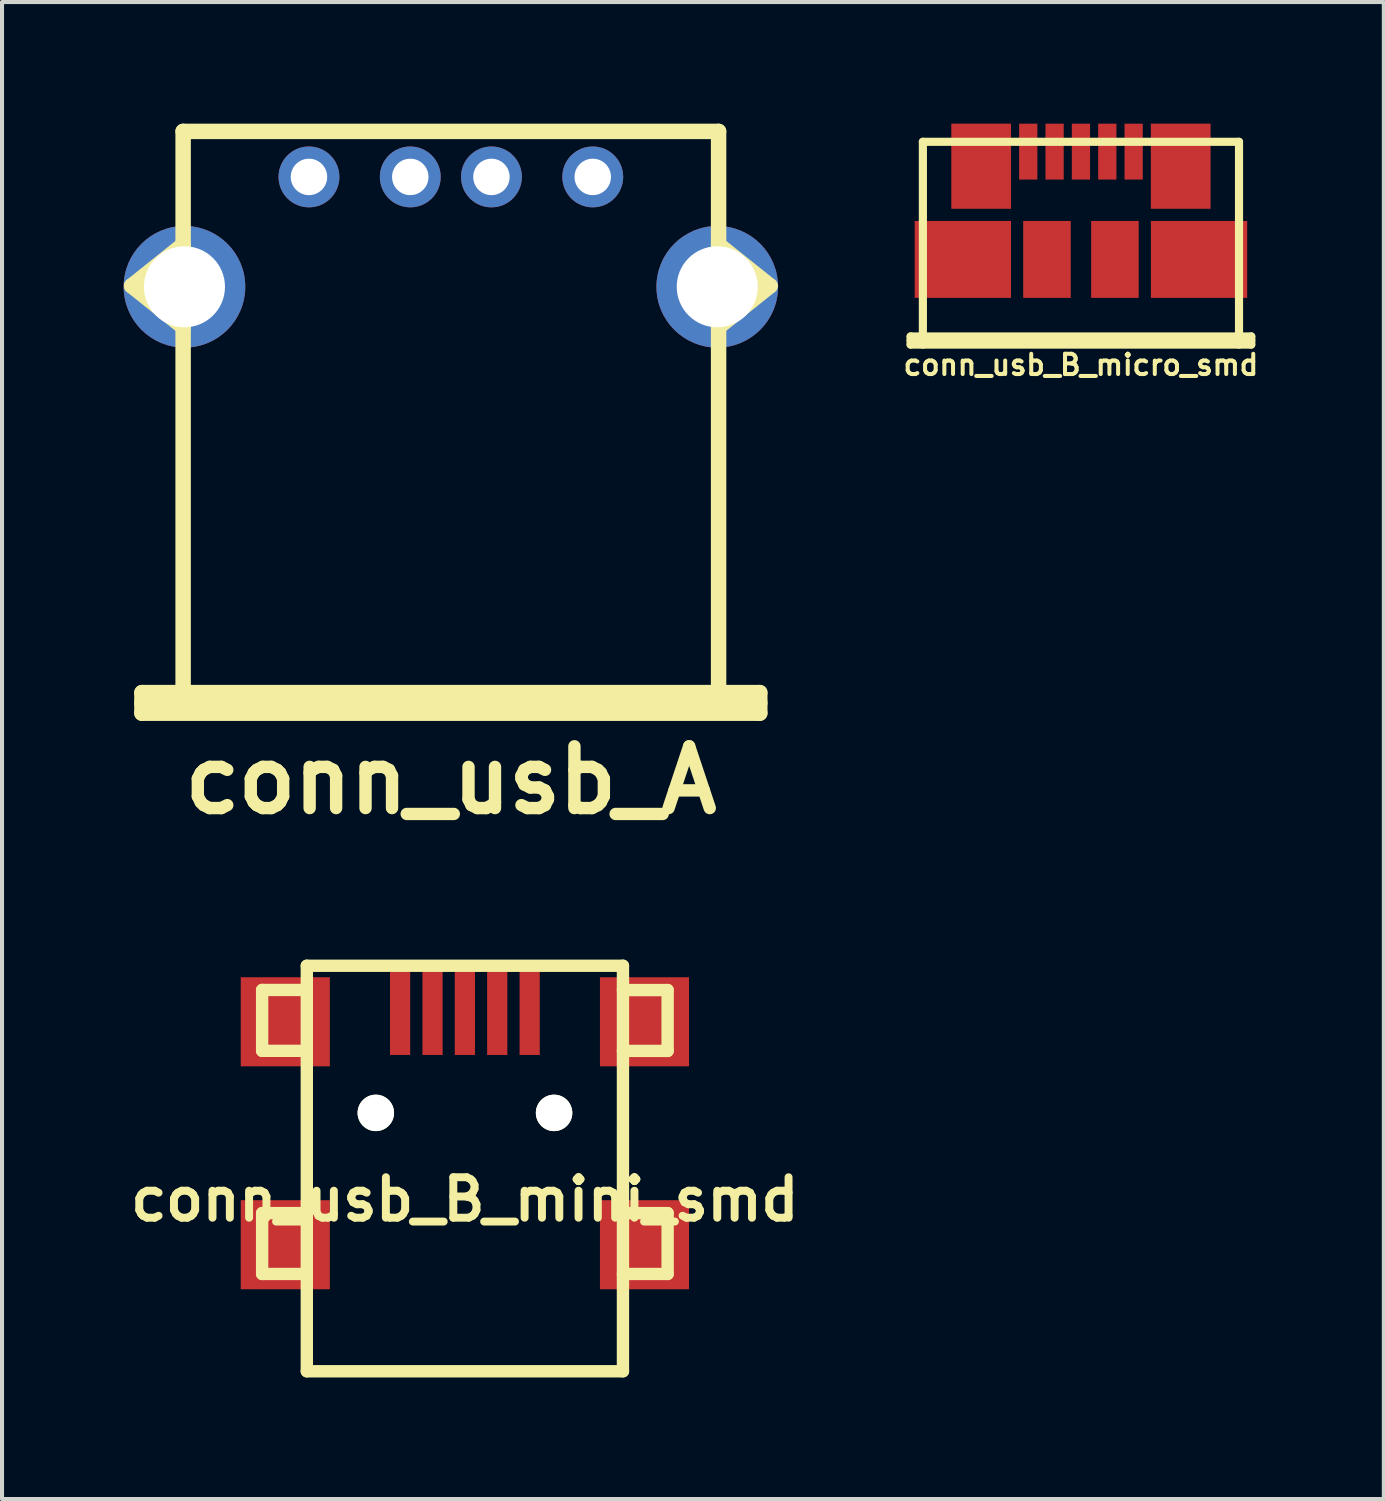
<source format=kicad_pcb>
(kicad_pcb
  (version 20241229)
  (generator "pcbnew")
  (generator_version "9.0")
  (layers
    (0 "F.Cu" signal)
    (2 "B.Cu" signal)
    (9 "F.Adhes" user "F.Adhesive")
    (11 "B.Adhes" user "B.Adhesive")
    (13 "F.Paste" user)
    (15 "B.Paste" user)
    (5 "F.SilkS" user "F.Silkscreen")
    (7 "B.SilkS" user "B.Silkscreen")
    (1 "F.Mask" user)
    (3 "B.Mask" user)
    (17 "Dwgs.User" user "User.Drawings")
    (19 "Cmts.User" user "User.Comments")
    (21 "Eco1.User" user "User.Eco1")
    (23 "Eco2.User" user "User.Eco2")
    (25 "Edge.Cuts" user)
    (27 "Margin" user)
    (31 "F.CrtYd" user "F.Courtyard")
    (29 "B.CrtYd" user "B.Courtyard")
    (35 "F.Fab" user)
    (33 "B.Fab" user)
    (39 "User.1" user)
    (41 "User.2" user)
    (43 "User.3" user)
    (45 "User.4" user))
  (footprint "conn_usb_B_micro_smd"
    (layer "F.Cu")
    (at 23.613 3.349)
    (property "Reference" "conn_usb_B_micro_smd" (at 0 2.601 0) (layer "F.SilkS") (effects (font (size 0.5 0.5) (thickness 0.099))))
    (attr through_hole)
    (fp_line (start -4.201 1.9) (end -4.201 2.101) (stroke (width 0.201) (type solid)) (layer "F.SilkS"))
    (fp_line (start -4.201 1.999) (end 4.201 1.999) (stroke (width 0.201) (type solid)) (layer "F.SilkS"))
    (fp_line (start -4.201 2.101) (end 4.201 2.101) (stroke (width 0.201) (type solid)) (layer "F.SilkS"))
    (fp_line (start -3.899 -2.901) (end 3.899 -2.901) (stroke (width 0.201) (type solid)) (layer "F.SilkS"))
    (fp_line (start -3.899 2.101) (end -3.899 -2.901) (stroke (width 0.201) (type solid)) (layer "F.SilkS"))
    (fp_line (start 3.899 -2.901) (end 3.899 2.101) (stroke (width 0.201) (type solid)) (layer "F.SilkS"))
    (fp_line (start 4.201 1.9) (end -4.201 1.9) (stroke (width 0.201) (type solid)) (layer "F.SilkS"))
    (fp_line (start 4.201 2.101) (end 4.201 1.9) (stroke (width 0.201) (type solid)) (layer "F.SilkS"))
    (pad "" smd rect (at -2.461 -2.299) (size 1.473 2.101) (layers "F.Cu" "F.Mask" "F.Paste"))
    (pad "" smd rect (at 2.461 -2.299) (size 1.473 2.101) (layers "F.Cu" "F.Mask" "F.Paste"))
    (pad "1" smd rect (at -1.3 -2.659) (size 0.45 1.379) (layers "F.Cu" "F.Mask" "F.Paste"))
    (pad "2" smd rect (at -0.65 -2.659) (size 0.45 1.379) (layers "F.Cu" "F.Mask" "F.Paste"))
    (pad "3" smd rect (at 0 -2.659) (size 0.45 1.379) (layers "F.Cu" "F.Mask" "F.Paste"))
    (pad "4" smd rect (at 0.65 -2.659) (size 0.45 1.379) (layers "F.Cu" "F.Mask" "F.Paste"))
    (pad "5" smd rect (at 1.3 -2.659) (size 0.45 1.379) (layers "F.Cu" "F.Mask" "F.Paste"))
    (pad "6" smd rect (at -2.913 0) (size 2.375 1.897) (layers "F.Cu" "F.Mask" "F.Paste"))
    (pad "6" smd rect (at -0.838 0) (size 1.173 1.897) (layers "F.Cu" "F.Mask" "F.Paste"))
    (pad "6" smd rect (at 0.838 0) (size 1.173 1.897) (layers "F.Cu" "F.Mask" "F.Paste"))
    (pad "6" smd rect (at 2.913 0) (size 2.375 1.897) (layers "F.Cu" "F.Mask" "F.Paste")))
  (footprint "conn_usb_B_mini_smd"
    (layer "F.Cu")
    (at 8.417 25.773)
    (property "Reference" "conn_usb_B_mini_smd" (at 0 0.762 0) (layer "F.SilkS") (effects (font (size 0.998 0.998) (thickness 0.196))))
    (attr through_hole)
    (fp_line (start -5.001 -4.404) (end -5.001 -2.903) (stroke (width 0.305) (type solid)) (layer "F.SilkS"))
    (fp_line (start -5.001 -2.903) (end -3.899 -2.903) (stroke (width 0.305) (type solid)) (layer "F.SilkS"))
    (fp_line (start -5.001 1.1) (end -5.001 2.601) (stroke (width 0.305) (type solid)) (layer "F.SilkS"))
    (fp_line (start -5.001 2.601) (end -3.899 2.601) (stroke (width 0.305) (type solid)) (layer "F.SilkS"))
    (fp_line (start -3.899 -5.001) (end -3.899 5.001) (stroke (width 0.305) (type solid)) (layer "F.SilkS"))
    (fp_line (start -3.899 -4.404) (end -5.001 -4.404) (stroke (width 0.305) (type solid)) (layer "F.SilkS"))
    (fp_line (start -3.899 1.1) (end -5.001 1.1) (stroke (width 0.305) (type solid)) (layer "F.SilkS"))
    (fp_line (start -3.899 5.001) (end 3.899 5.001) (stroke (width 0.305) (type solid)) (layer "F.SilkS"))
    (fp_line (start 3.899 -5.001) (end -3.899 -5.001) (stroke (width 0.305) (type solid)) (layer "F.SilkS"))
    (fp_line (start 3.899 -4.402) (end 5.001 -4.402) (stroke (width 0.305) (type solid)) (layer "F.SilkS"))
    (fp_line (start 3.899 1.1) (end 5.001 1.1) (stroke (width 0.305) (type solid)) (layer "F.SilkS"))
    (fp_line (start 3.899 5.001) (end 3.899 -5.001) (stroke (width 0.305) (type solid)) (layer "F.SilkS"))
    (fp_line (start 5.001 -4.402) (end 5.001 -2.901) (stroke (width 0.305) (type solid)) (layer "F.SilkS"))
    (fp_line (start 5.001 -2.901) (end 3.899 -2.901) (stroke (width 0.305) (type solid)) (layer "F.SilkS"))
    (fp_line (start 5.001 1.1) (end 5.001 2.601) (stroke (width 0.305) (type solid)) (layer "F.SilkS"))
    (fp_line (start 5.001 2.601) (end 3.899 2.601) (stroke (width 0.305) (type solid)) (layer "F.SilkS"))
    (pad "" smd rect (at -4.43 -3.619) (size 2.197 2.197) (layers "F.Cu" "F.Mask" "F.Paste"))
    (pad "" smd rect (at -4.43 1.88) (size 2.197 2.197) (layers "F.Cu" "F.Mask" "F.Paste"))
    (pad "" np_thru_hole circle (at -2.197 -1.372) (size 0.899 0.899) (drill 0.899) (layers "*.Cu" "*.Mask" "F.SilkS"))
    (pad "" np_thru_hole circle (at 2.2 -1.372) (size 0.899 0.899) (drill 0.899) (layers "*.Cu" "*.Mask" "F.SilkS"))
    (pad "" smd rect (at 4.43 -3.619) (size 2.197 2.197) (layers "F.Cu" "F.Mask" "F.Paste"))
    (pad "" smd rect (at 4.43 1.88) (size 2.197 2.197) (layers "F.Cu" "F.Mask" "F.Paste"))
    (pad "1" smd rect (at -1.598 -3.899) (size 0.498 2.197) (layers "F.Cu" "F.Mask" "F.Paste"))
    (pad "2" smd rect (at -0.798 -3.899) (size 0.498 2.197) (layers "F.Cu" "F.Mask" "F.Paste"))
    (pad "3" smd rect (at 0 -3.899) (size 0.498 2.197) (layers "F.Cu" "F.Mask" "F.Paste"))
    (pad "4" smd rect (at 0.798 -3.899) (size 0.498 2.197) (layers "F.Cu" "F.Mask" "F.Paste"))
    (pad "5" smd rect (at 1.598 -3.899) (size 0.498 2.197) (layers "F.Cu" "F.Mask" "F.Paste")))
  (footprint "conn_usb_A"
    (layer "F.Cu")
    (at 8.071 7.303)
    (property "Reference" "conn_usb_A" (at 0 8.89 0) (layer "F.SilkS") (effects (font (size 1.524 1.524) (thickness 0.305))))
    (attr through_hole)
    (fp_line (start -7.874 -3.302) (end -6.604 -2.286) (stroke (width 0.381) (type solid)) (layer "F.SilkS"))
    (fp_line (start -7.62 6.731) (end -7.62 7.239) (stroke (width 0.381) (type solid)) (layer "F.SilkS"))
    (fp_line (start -7.62 6.731) (end 7.62 6.731) (stroke (width 0.381) (type solid)) (layer "F.SilkS"))
    (fp_line (start -7.62 6.985) (end 7.62 6.985) (stroke (width 0.381) (type solid)) (layer "F.SilkS"))
    (fp_line (start -6.604 -7.112) (end -6.604 7.112) (stroke (width 0.381) (type solid)) (layer "F.SilkS"))
    (fp_line (start -6.604 -4.318) (end -7.874 -3.302) (stroke (width 0.381) (type solid)) (layer "F.SilkS"))
    (fp_line (start 6.604 -7.112) (end -6.604 -7.112) (stroke (width 0.381) (type solid)) (layer "F.SilkS"))
    (fp_line (start 6.604 -4.318) (end 7.874 -3.302) (stroke (width 0.381) (type solid)) (layer "F.SilkS"))
    (fp_line (start 6.604 7.112) (end 6.604 -7.112) (stroke (width 0.381) (type solid)) (layer "F.SilkS"))
    (fp_line (start 7.62 6.731) (end 7.62 7.239) (stroke (width 0.381) (type solid)) (layer "F.SilkS"))
    (fp_line (start 7.62 7.239) (end -7.62 7.239) (stroke (width 0.381) (type solid)) (layer "F.SilkS"))
    (fp_line (start 7.874 -3.302) (end 6.604 -2.286) (stroke (width 0.381) (type solid)) (layer "F.SilkS"))
    (pad "" thru_hole circle (at -6.571 -3.279) (size 3 3) (drill 1.999) (layers "*.Cu" "*.Mask"))
    (pad "" thru_hole circle (at 6.571 -3.279) (size 3 3) (drill 1.999) (layers "*.Cu" "*.Mask"))
    (pad "1" thru_hole circle (at -3.5 -5.989) (size 1.501 1.501) (drill 0.899) (layers "*.Cu" "*.Mask"))
    (pad "2" thru_hole circle (at -1.001 -5.989) (size 1.501 1.501) (drill 0.899) (layers "*.Cu" "*.Mask"))
    (pad "3" thru_hole circle (at 1.001 -5.989) (size 1.501 1.501) (drill 0.899) (layers "*.Cu" "*.Mask"))
    (pad "4" thru_hole circle (at 3.5 -5.989) (size 1.501 1.501) (drill 0.899) (layers "*.Cu" "*.Mask")))
  (gr_rect
    (start -3 -3)
    (end 31.084 33.926)
    (stroke (width 0.1) (type default))
    (fill no)
    (layer "Edge.Cuts")))
</source>
